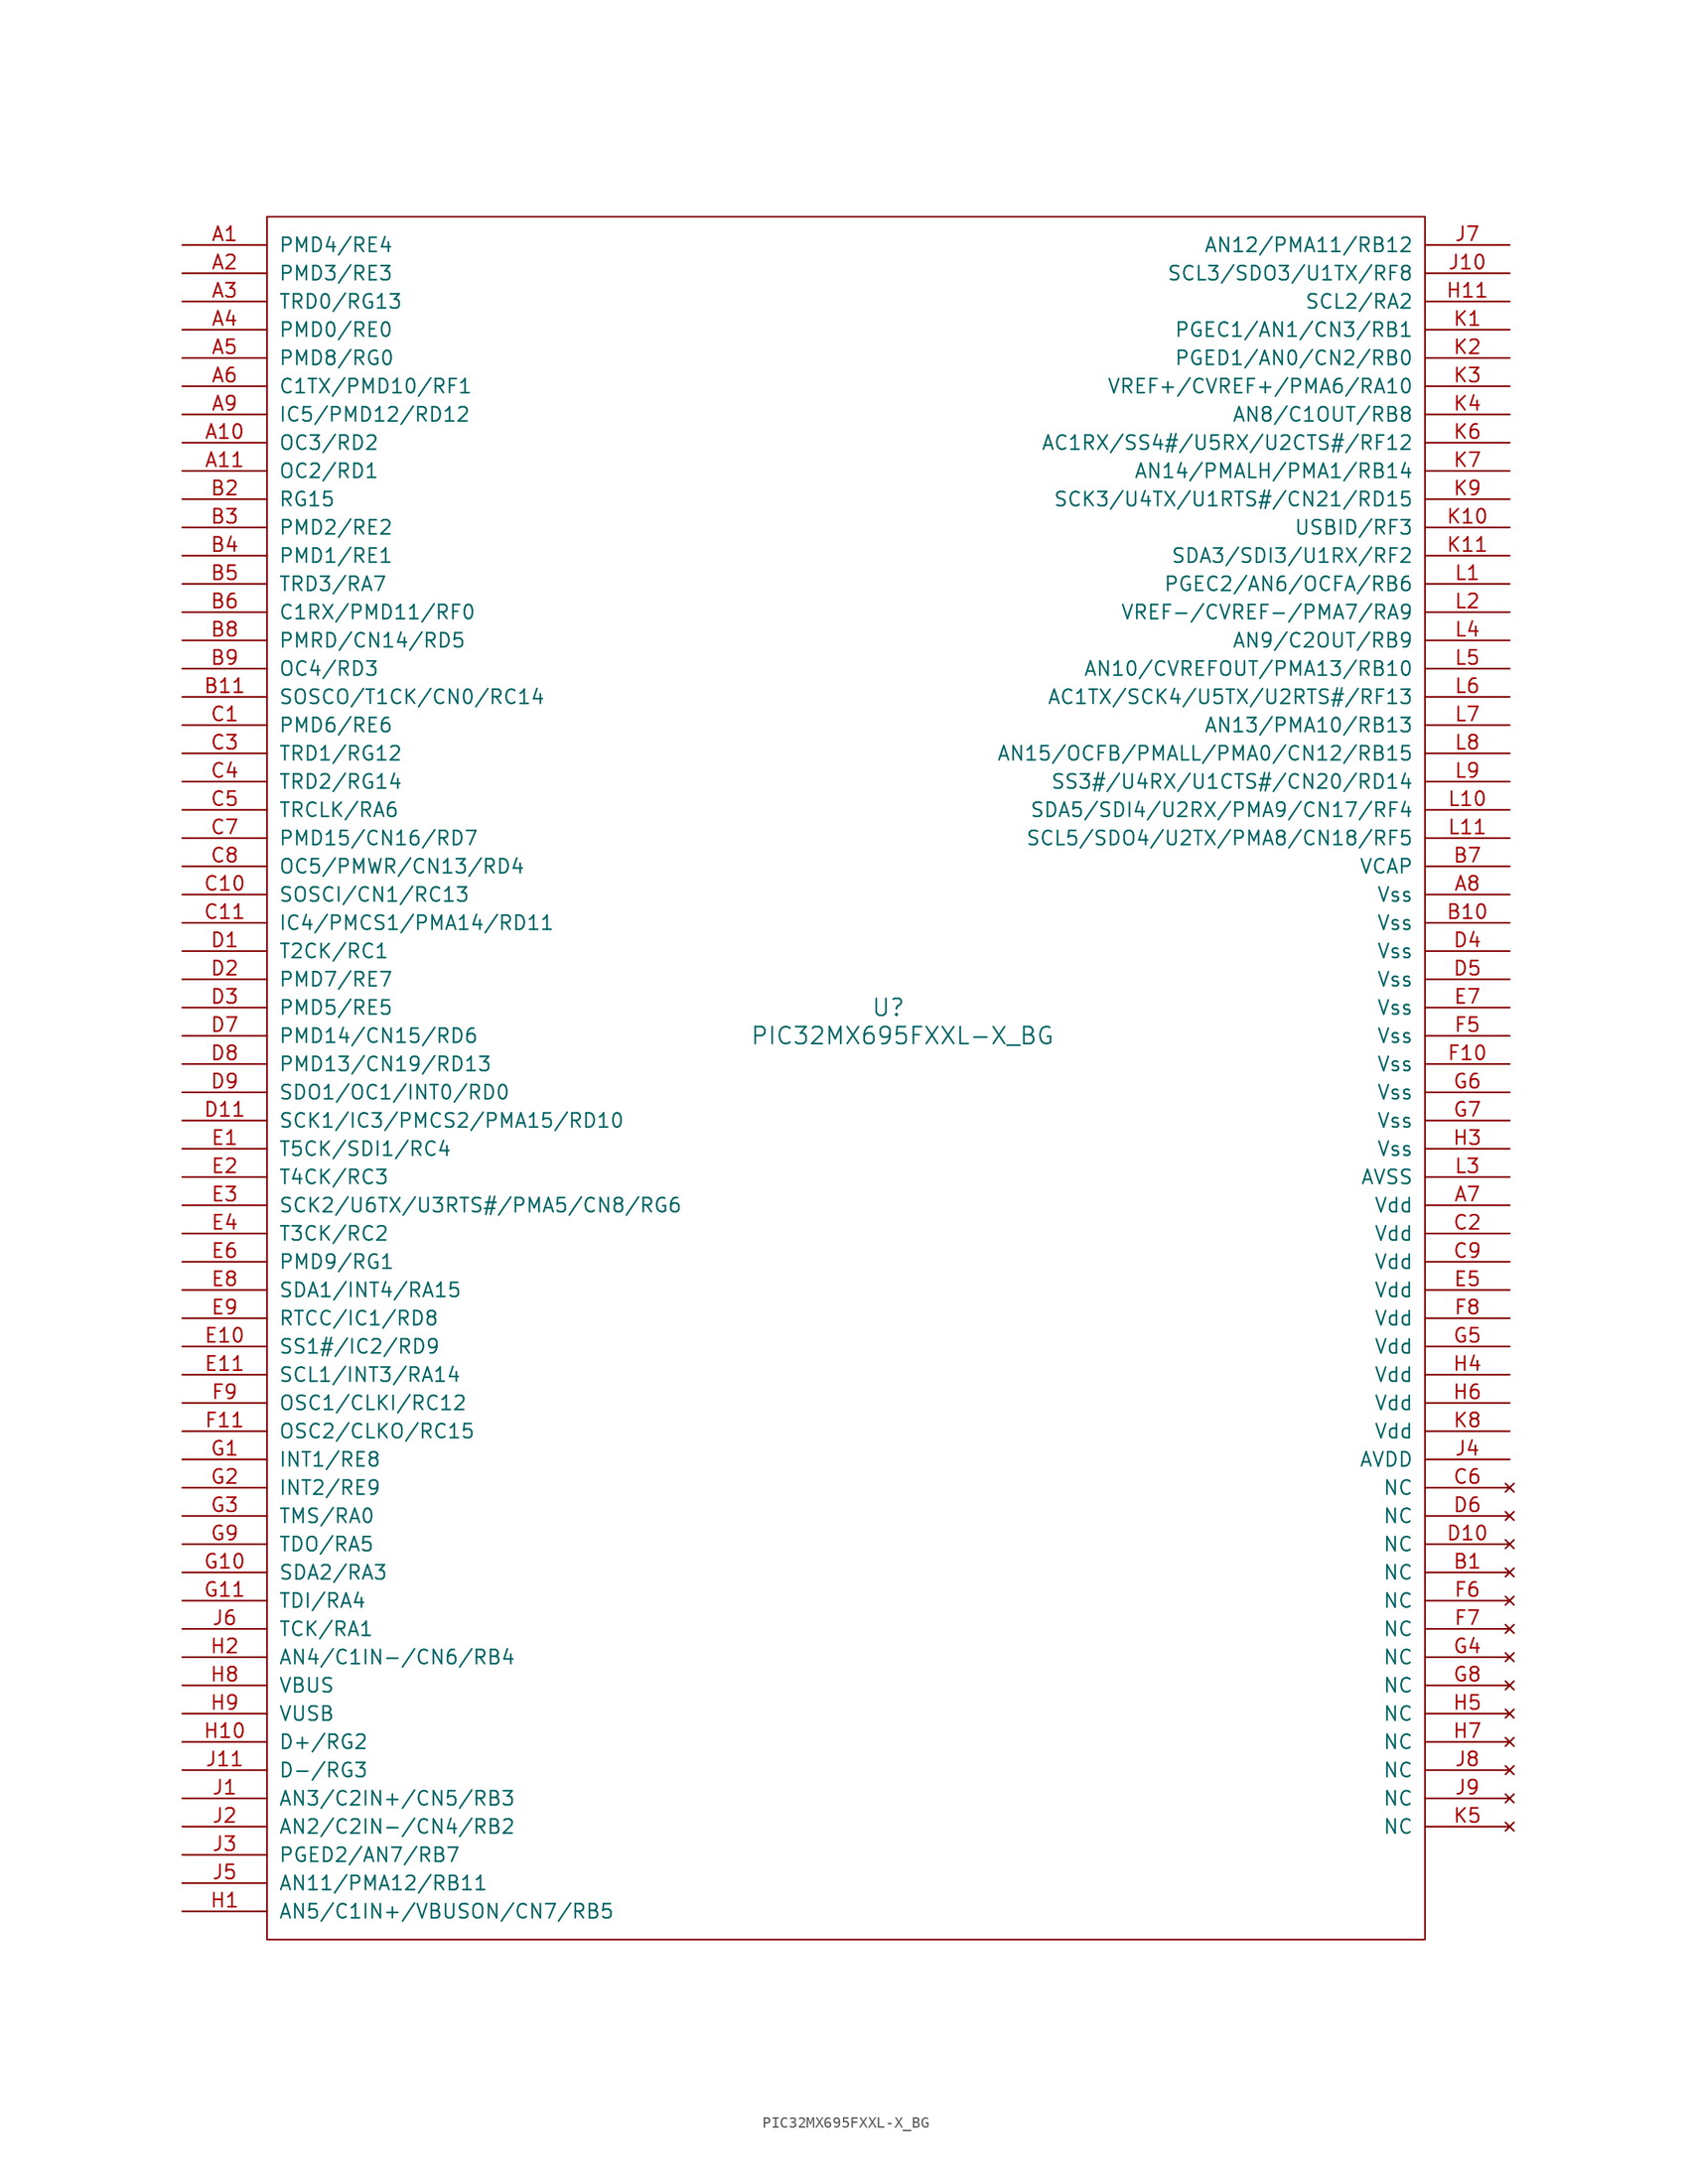
<source format=kicad_sym>
(kicad_symbol_lib
  (version 20211014)
  (generator kicad_symbol_editor)
  (symbol "PIC32MX695FXXL-X_BG"
    (pin_names
      (offset 1.016))
    (property "Reference" "U"
      (at -7.62 7.62 0)
      (effects (font (size 1.524 1.524))))
    (property "Value" "PIC32MX695FXXL-X_BG"
      (at -6.35 5.08 0)
      (effects (font (size 1.524 1.524))))
    (symbol "PIC32MX695FXXL-X_BG_0_1"
      (rectangle (start -63.5 78.74) (end 40.64 -76.2) (stroke (width 0) (type default) (color 0 0 0 0)) (fill (type none))))
    (symbol "PIC32MX695FXXL-X_BG_1_1"
      (pin bidirectional line (at -71.12 76.2 0) (length 7.62) (name "PMD4/RE4" (effects (font (size 1.27 1.27)))) (number "A1" (effects (font (size 1.27 1.27)))))
      (pin bidirectional line (at -71.12 58.42 0) (length 7.62) (name "OC3/RD2" (effects (font (size 1.27 1.27)))) (number "A10" (effects (font (size 1.27 1.27)))))
      (pin bidirectional line (at -71.12 55.88 0) (length 7.62) (name "OC2/RD1" (effects (font (size 1.27 1.27)))) (number "A11" (effects (font (size 1.27 1.27)))))
      (pin bidirectional line (at -71.12 73.66 0) (length 7.62) (name "PMD3/RE3" (effects (font (size 1.27 1.27)))) (number "A2" (effects (font (size 1.27 1.27)))))
      (pin bidirectional line (at -71.12 71.12 0) (length 7.62) (name "TRD0/RG13" (effects (font (size 1.27 1.27)))) (number "A3" (effects (font (size 1.27 1.27)))))
      (pin bidirectional line (at -71.12 68.58 0) (length 7.62) (name "PMD0/RE0" (effects (font (size 1.27 1.27)))) (number "A4" (effects (font (size 1.27 1.27)))))
      (pin bidirectional line (at -71.12 66.04 0) (length 7.62) (name "PMD8/RG0" (effects (font (size 1.27 1.27)))) (number "A5" (effects (font (size 1.27 1.27)))))
      (pin bidirectional line (at -71.12 63.5 0) (length 7.62) (name "C1TX/PMD10/RF1" (effects (font (size 1.27 1.27)))) (number "A6" (effects (font (size 1.27 1.27)))))
      (pin power_in line (at 48.26 -10.16 180) (length 7.62) (name "Vdd" (effects (font (size 1.27 1.27)))) (number "A7" (effects (font (size 1.27 1.27)))))
      (pin power_in line (at 48.26 17.78 180) (length 7.62) (name "Vss" (effects (font (size 1.27 1.27)))) (number "A8" (effects (font (size 1.27 1.27)))))
      (pin bidirectional line (at -71.12 60.96 0) (length 7.62) (name "IC5/PMD12/RD12" (effects (font (size 1.27 1.27)))) (number "A9" (effects (font (size 1.27 1.27)))))
      (pin no_connect line (at 48.26 -43.18 180) (length 7.62) (name "NC" (effects (font (size 1.27 1.27)))) (number "B1" (effects (font (size 1.27 1.27)))))
      (pin power_in line (at 48.26 15.24 180) (length 7.62) (name "Vss" (effects (font (size 1.27 1.27)))) (number "B10" (effects (font (size 1.27 1.27)))))
      (pin bidirectional line (at -71.12 35.56 0) (length 7.62) (name "SOSCO/T1CK/CN0/RC14" (effects (font (size 1.27 1.27)))) (number "B11" (effects (font (size 1.27 1.27)))))
      (pin bidirectional line (at -71.12 53.34 0) (length 7.62) (name "RG15" (effects (font (size 1.27 1.27)))) (number "B2" (effects (font (size 1.27 1.27)))))
      (pin bidirectional line (at -71.12 50.8 0) (length 7.62) (name "PMD2/RE2" (effects (font (size 1.27 1.27)))) (number "B3" (effects (font (size 1.27 1.27)))))
      (pin bidirectional line (at -71.12 48.26 0) (length 7.62) (name "PMD1/RE1" (effects (font (size 1.27 1.27)))) (number "B4" (effects (font (size 1.27 1.27)))))
      (pin bidirectional line (at -71.12 45.72 0) (length 7.62) (name "TRD3/RA7" (effects (font (size 1.27 1.27)))) (number "B5" (effects (font (size 1.27 1.27)))))
      (pin bidirectional line (at -71.12 43.18 0) (length 7.62) (name "C1RX/PMD11/RF0" (effects (font (size 1.27 1.27)))) (number "B6" (effects (font (size 1.27 1.27)))))
      (pin power_out line (at 48.26 20.32 180) (length 7.62) (name "VCAP" (effects (font (size 1.27 1.27)))) (number "B7" (effects (font (size 1.27 1.27)))))
      (pin bidirectional line (at -71.12 40.64 0) (length 7.62) (name "PMRD/CN14/RD5" (effects (font (size 1.27 1.27)))) (number "B8" (effects (font (size 1.27 1.27)))))
      (pin bidirectional line (at -71.12 38.1 0) (length 7.62) (name "OC4/RD3" (effects (font (size 1.27 1.27)))) (number "B9" (effects (font (size 1.27 1.27)))))
      (pin bidirectional line (at -71.12 33.02 0) (length 7.62) (name "PMD6/RE6" (effects (font (size 1.27 1.27)))) (number "C1" (effects (font (size 1.27 1.27)))))
      (pin bidirectional line (at -71.12 17.78 0) (length 7.62) (name "SOSCI/CN1/RC13" (effects (font (size 1.27 1.27)))) (number "C10" (effects (font (size 1.27 1.27)))))
      (pin bidirectional line (at -71.12 15.24 0) (length 7.62) (name "IC4/PMCS1/PMA14/RD11" (effects (font (size 1.27 1.27)))) (number "C11" (effects (font (size 1.27 1.27)))))
      (pin power_in line (at 48.26 -12.7 180) (length 7.62) (name "Vdd" (effects (font (size 1.27 1.27)))) (number "C2" (effects (font (size 1.27 1.27)))))
      (pin bidirectional line (at -71.12 30.48 0) (length 7.62) (name "TRD1/RG12" (effects (font (size 1.27 1.27)))) (number "C3" (effects (font (size 1.27 1.27)))))
      (pin bidirectional line (at -71.12 27.94 0) (length 7.62) (name "TRD2/RG14" (effects (font (size 1.27 1.27)))) (number "C4" (effects (font (size 1.27 1.27)))))
      (pin bidirectional line (at -71.12 25.4 0) (length 7.62) (name "TRCLK/RA6" (effects (font (size 1.27 1.27)))) (number "C5" (effects (font (size 1.27 1.27)))))
      (pin no_connect line (at 48.26 -35.56 180) (length 7.62) (name "NC" (effects (font (size 1.27 1.27)))) (number "C6" (effects (font (size 1.27 1.27)))))
      (pin bidirectional line (at -71.12 22.86 0) (length 7.62) (name "PMD15/CN16/RD7" (effects (font (size 1.27 1.27)))) (number "C7" (effects (font (size 1.27 1.27)))))
      (pin bidirectional line (at -71.12 20.32 0) (length 7.62) (name "OC5/PMWR/CN13/RD4" (effects (font (size 1.27 1.27)))) (number "C8" (effects (font (size 1.27 1.27)))))
      (pin power_in line (at 48.26 -15.24 180) (length 7.62) (name "Vdd" (effects (font (size 1.27 1.27)))) (number "C9" (effects (font (size 1.27 1.27)))))
      (pin bidirectional line (at -71.12 12.7 0) (length 7.62) (name "T2CK/RC1" (effects (font (size 1.27 1.27)))) (number "D1" (effects (font (size 1.27 1.27)))))
      (pin no_connect line (at 48.26 -40.64 180) (length 7.62) (name "NC" (effects (font (size 1.27 1.27)))) (number "D10" (effects (font (size 1.27 1.27)))))
      (pin bidirectional line (at -71.12 -2.54 0) (length 7.62) (name "SCK1/IC3/PMCS2/PMA15/RD10" (effects (font (size 1.27 1.27)))) (number "D11" (effects (font (size 1.27 1.27)))))
      (pin bidirectional line (at -71.12 10.16 0) (length 7.62) (name "PMD7/RE7" (effects (font (size 1.27 1.27)))) (number "D2" (effects (font (size 1.27 1.27)))))
      (pin bidirectional line (at -71.12 7.62 0) (length 7.62) (name "PMD5/RE5" (effects (font (size 1.27 1.27)))) (number "D3" (effects (font (size 1.27 1.27)))))
      (pin power_in line (at 48.26 12.7 180) (length 7.62) (name "Vss" (effects (font (size 1.27 1.27)))) (number "D4" (effects (font (size 1.27 1.27)))))
      (pin power_in line (at 48.26 10.16 180) (length 7.62) (name "Vss" (effects (font (size 1.27 1.27)))) (number "D5" (effects (font (size 1.27 1.27)))))
      (pin no_connect line (at 48.26 -38.1 180) (length 7.62) (name "NC" (effects (font (size 1.27 1.27)))) (number "D6" (effects (font (size 1.27 1.27)))))
      (pin bidirectional line (at -71.12 5.08 0) (length 7.62) (name "PMD14/CN15/RD6" (effects (font (size 1.27 1.27)))) (number "D7" (effects (font (size 1.27 1.27)))))
      (pin bidirectional line (at -71.12 2.54 0) (length 7.62) (name "PMD13/CN19/RD13" (effects (font (size 1.27 1.27)))) (number "D8" (effects (font (size 1.27 1.27)))))
      (pin bidirectional line (at -71.12 0 0) (length 7.62) (name "SDO1/OC1/INT0/RD0" (effects (font (size 1.27 1.27)))) (number "D9" (effects (font (size 1.27 1.27)))))
      (pin bidirectional line (at -71.12 -5.08 0) (length 7.62) (name "T5CK/SDI1/RC4" (effects (font (size 1.27 1.27)))) (number "E1" (effects (font (size 1.27 1.27)))))
      (pin bidirectional line (at -71.12 -22.86 0) (length 7.62) (name "SS1#/IC2/RD9" (effects (font (size 1.27 1.27)))) (number "E10" (effects (font (size 1.27 1.27)))))
      (pin bidirectional line (at -71.12 -25.4 0) (length 7.62) (name "SCL1/INT3/RA14" (effects (font (size 1.27 1.27)))) (number "E11" (effects (font (size 1.27 1.27)))))
      (pin bidirectional line (at -71.12 -7.62 0) (length 7.62) (name "T4CK/RC3" (effects (font (size 1.27 1.27)))) (number "E2" (effects (font (size 1.27 1.27)))))
      (pin bidirectional line (at -71.12 -10.16 0) (length 7.62) (name "SCK2/U6TX/U3RTS#/PMA5/CN8/RG6" (effects (font (size 1.27 1.27)))) (number "E3" (effects (font (size 1.27 1.27)))))
      (pin bidirectional line (at -71.12 -12.7 0) (length 7.62) (name "T3CK/RC2" (effects (font (size 1.27 1.27)))) (number "E4" (effects (font (size 1.27 1.27)))))
      (pin power_in line (at 48.26 -17.78 180) (length 7.62) (name "Vdd" (effects (font (size 1.27 1.27)))) (number "E5" (effects (font (size 1.27 1.27)))))
      (pin bidirectional line (at -71.12 -15.24 0) (length 7.62) (name "PMD9/RG1" (effects (font (size 1.27 1.27)))) (number "E6" (effects (font (size 1.27 1.27)))))
      (pin power_in line (at 48.26 7.62 180) (length 7.62) (name "Vss" (effects (font (size 1.27 1.27)))) (number "E7" (effects (font (size 1.27 1.27)))))
      (pin bidirectional line (at -71.12 -17.78 0) (length 7.62) (name "SDA1/INT4/RA15" (effects (font (size 1.27 1.27)))) (number "E8" (effects (font (size 1.27 1.27)))))
      (pin bidirectional line (at -71.12 -20.32 0) (length 7.62) (name "RTCC/IC1/RD8" (effects (font (size 1.27 1.27)))) (number "E9" (effects (font (size 1.27 1.27)))))
      (pin power_in line (at 48.26 2.54 180) (length 7.62) (name "Vss" (effects (font (size 1.27 1.27)))) (number "F10" (effects (font (size 1.27 1.27)))))
      (pin bidirectional line (at -71.12 -30.48 0) (length 7.62) (name "OSC2/CLKO/RC15" (effects (font (size 1.27 1.27)))) (number "F11" (effects (font (size 1.27 1.27)))))
      (pin power_in line (at 48.26 5.08 180) (length 7.62) (name "Vss" (effects (font (size 1.27 1.27)))) (number "F5" (effects (font (size 1.27 1.27)))))
      (pin no_connect line (at 48.26 -45.72 180) (length 7.62) (name "NC" (effects (font (size 1.27 1.27)))) (number "F6" (effects (font (size 1.27 1.27)))))
      (pin no_connect line (at 48.26 -48.26 180) (length 7.62) (name "NC" (effects (font (size 1.27 1.27)))) (number "F7" (effects (font (size 1.27 1.27)))))
      (pin power_in line (at 48.26 -20.32 180) (length 7.62) (name "Vdd" (effects (font (size 1.27 1.27)))) (number "F8" (effects (font (size 1.27 1.27)))))
      (pin bidirectional line (at -71.12 -27.94 0) (length 7.62) (name "OSC1/CLKI/RC12" (effects (font (size 1.27 1.27)))) (number "F9" (effects (font (size 1.27 1.27)))))
      (pin bidirectional line (at -71.12 -33.02 0) (length 7.62) (name "INT1/RE8" (effects (font (size 1.27 1.27)))) (number "G1" (effects (font (size 1.27 1.27)))))
      (pin bidirectional line (at -71.12 -43.18 0) (length 7.62) (name "SDA2/RA3" (effects (font (size 1.27 1.27)))) (number "G10" (effects (font (size 1.27 1.27)))))
      (pin bidirectional line (at -71.12 -45.72 0) (length 7.62) (name "TDI/RA4" (effects (font (size 1.27 1.27)))) (number "G11" (effects (font (size 1.27 1.27)))))
      (pin bidirectional line (at -71.12 -35.56 0) (length 7.62) (name "INT2/RE9" (effects (font (size 1.27 1.27)))) (number "G2" (effects (font (size 1.27 1.27)))))
      (pin bidirectional line (at -71.12 -38.1 0) (length 7.62) (name "TMS/RA0" (effects (font (size 1.27 1.27)))) (number "G3" (effects (font (size 1.27 1.27)))))
      (pin no_connect line (at 48.26 -50.8 180) (length 7.62) (name "NC" (effects (font (size 1.27 1.27)))) (number "G4" (effects (font (size 1.27 1.27)))))
      (pin power_in line (at 48.26 -22.86 180) (length 7.62) (name "Vdd" (effects (font (size 1.27 1.27)))) (number "G5" (effects (font (size 1.27 1.27)))))
      (pin power_in line (at 48.26 0 180) (length 7.62) (name "Vss" (effects (font (size 1.27 1.27)))) (number "G6" (effects (font (size 1.27 1.27)))))
      (pin power_in line (at 48.26 -2.54 180) (length 7.62) (name "Vss" (effects (font (size 1.27 1.27)))) (number "G7" (effects (font (size 1.27 1.27)))))
      (pin no_connect line (at 48.26 -53.34 180) (length 7.62) (name "NC" (effects (font (size 1.27 1.27)))) (number "G8" (effects (font (size 1.27 1.27)))))
      (pin bidirectional line (at -71.12 -40.64 0) (length 7.62) (name "TDO/RA5" (effects (font (size 1.27 1.27)))) (number "G9" (effects (font (size 1.27 1.27)))))
      (pin bidirectional line (at -71.12 -73.66 0) (length 7.62) (name "AN5/C1IN+/VBUSON/CN7/RB5" (effects (font (size 1.27 1.27)))) (number "H1" (effects (font (size 1.27 1.27)))))
      (pin bidirectional line (at -71.12 -58.42 0) (length 7.62) (name "D+/RG2" (effects (font (size 1.27 1.27)))) (number "H10" (effects (font (size 1.27 1.27)))))
      (pin bidirectional line (at 48.26 71.12 180) (length 7.62) (name "SCL2/RA2" (effects (font (size 1.27 1.27)))) (number "H11" (effects (font (size 1.27 1.27)))))
      (pin bidirectional line (at -71.12 -50.8 0) (length 7.62) (name "AN4/C1IN-/CN6/RB4" (effects (font (size 1.27 1.27)))) (number "H2" (effects (font (size 1.27 1.27)))))
      (pin power_in line (at 48.26 -5.08 180) (length 7.62) (name "Vss" (effects (font (size 1.27 1.27)))) (number "H3" (effects (font (size 1.27 1.27)))))
      (pin power_in line (at 48.26 -25.4 180) (length 7.62) (name "Vdd" (effects (font (size 1.27 1.27)))) (number "H4" (effects (font (size 1.27 1.27)))))
      (pin no_connect line (at 48.26 -55.88 180) (length 7.62) (name "NC" (effects (font (size 1.27 1.27)))) (number "H5" (effects (font (size 1.27 1.27)))))
      (pin power_in line (at 48.26 -27.94 180) (length 7.62) (name "Vdd" (effects (font (size 1.27 1.27)))) (number "H6" (effects (font (size 1.27 1.27)))))
      (pin no_connect line (at 48.26 -58.42 180) (length 7.62) (name "NC" (effects (font (size 1.27 1.27)))) (number "H7" (effects (font (size 1.27 1.27)))))
      (pin input line (at -71.12 -53.34 0) (length 7.62) (name "VBUS" (effects (font (size 1.27 1.27)))) (number "H8" (effects (font (size 1.27 1.27)))))
      (pin input line (at -71.12 -55.88 0) (length 7.62) (name "VUSB" (effects (font (size 1.27 1.27)))) (number "H9" (effects (font (size 1.27 1.27)))))
      (pin bidirectional line (at -71.12 -63.5 0) (length 7.62) (name "AN3/C2IN+/CN5/RB3" (effects (font (size 1.27 1.27)))) (number "J1" (effects (font (size 1.27 1.27)))))
      (pin bidirectional line (at 48.26 73.66 180) (length 7.62) (name "SCL3/SDO3/U1TX/RF8" (effects (font (size 1.27 1.27)))) (number "J10" (effects (font (size 1.27 1.27)))))
      (pin bidirectional line (at -71.12 -60.96 0) (length 7.62) (name "D-/RG3" (effects (font (size 1.27 1.27)))) (number "J11" (effects (font (size 1.27 1.27)))))
      (pin bidirectional line (at -71.12 -66.04 0) (length 7.62) (name "AN2/C2IN-/CN4/RB2" (effects (font (size 1.27 1.27)))) (number "J2" (effects (font (size 1.27 1.27)))))
      (pin bidirectional line (at -71.12 -68.58 0) (length 7.62) (name "PGED2/AN7/RB7" (effects (font (size 1.27 1.27)))) (number "J3" (effects (font (size 1.27 1.27)))))
      (pin power_in line (at 48.26 -33.02 180) (length 7.62) (name "AVDD" (effects (font (size 1.27 1.27)))) (number "J4" (effects (font (size 1.27 1.27)))))
      (pin bidirectional line (at -71.12 -71.12 0) (length 7.62) (name "AN11/PMA12/RB11" (effects (font (size 1.27 1.27)))) (number "J5" (effects (font (size 1.27 1.27)))))
      (pin bidirectional line (at -71.12 -48.26 0) (length 7.62) (name "TCK/RA1" (effects (font (size 1.27 1.27)))) (number "J6" (effects (font (size 1.27 1.27)))))
      (pin bidirectional line (at 48.26 76.2 180) (length 7.62) (name "AN12/PMA11/RB12" (effects (font (size 1.27 1.27)))) (number "J7" (effects (font (size 1.27 1.27)))))
      (pin no_connect line (at 48.26 -60.96 180) (length 7.62) (name "NC" (effects (font (size 1.27 1.27)))) (number "J8" (effects (font (size 1.27 1.27)))))
      (pin no_connect line (at 48.26 -63.5 180) (length 7.62) (name "NC" (effects (font (size 1.27 1.27)))) (number "J9" (effects (font (size 1.27 1.27)))))
      (pin bidirectional line (at 48.26 68.58 180) (length 7.62) (name "PGEC1/AN1/CN3/RB1" (effects (font (size 1.27 1.27)))) (number "K1" (effects (font (size 1.27 1.27)))))
      (pin bidirectional line (at 48.26 50.8 180) (length 7.62) (name "USBID/RF3" (effects (font (size 1.27 1.27)))) (number "K10" (effects (font (size 1.27 1.27)))))
      (pin bidirectional line (at 48.26 48.26 180) (length 7.62) (name "SDA3/SDI3/U1RX/RF2" (effects (font (size 1.27 1.27)))) (number "K11" (effects (font (size 1.27 1.27)))))
      (pin bidirectional line (at 48.26 66.04 180) (length 7.62) (name "PGED1/AN0/CN2/RB0" (effects (font (size 1.27 1.27)))) (number "K2" (effects (font (size 1.27 1.27)))))
      (pin bidirectional line (at 48.26 63.5 180) (length 7.62) (name "VREF+/CVREF+/PMA6/RA10" (effects (font (size 1.27 1.27)))) (number "K3" (effects (font (size 1.27 1.27)))))
      (pin bidirectional line (at 48.26 60.96 180) (length 7.62) (name "AN8/C1OUT/RB8" (effects (font (size 1.27 1.27)))) (number "K4" (effects (font (size 1.27 1.27)))))
      (pin no_connect line (at 48.26 -66.04 180) (length 7.62) (name "NC" (effects (font (size 1.27 1.27)))) (number "K5" (effects (font (size 1.27 1.27)))))
      (pin bidirectional line (at 48.26 58.42 180) (length 7.62) (name "AC1RX/SS4#/U5RX/U2CTS#/RF12" (effects (font (size 1.27 1.27)))) (number "K6" (effects (font (size 1.27 1.27)))))
      (pin bidirectional line (at 48.26 55.88 180) (length 7.62) (name "AN14/PMALH/PMA1/RB14" (effects (font (size 1.27 1.27)))) (number "K7" (effects (font (size 1.27 1.27)))))
      (pin power_in line (at 48.26 -30.48 180) (length 7.62) (name "Vdd" (effects (font (size 1.27 1.27)))) (number "K8" (effects (font (size 1.27 1.27)))))
      (pin bidirectional line (at 48.26 53.34 180) (length 7.62) (name "SCK3/U4TX/U1RTS#/CN21/RD15" (effects (font (size 1.27 1.27)))) (number "K9" (effects (font (size 1.27 1.27)))))
      (pin bidirectional line (at 48.26 45.72 180) (length 7.62) (name "PGEC2/AN6/OCFA/RB6" (effects (font (size 1.27 1.27)))) (number "L1" (effects (font (size 1.27 1.27)))))
      (pin bidirectional line (at 48.26 25.4 180) (length 7.62) (name "SDA5/SDI4/U2RX/PMA9/CN17/RF4" (effects (font (size 1.27 1.27)))) (number "L10" (effects (font (size 1.27 1.27)))))
      (pin bidirectional line (at 48.26 22.86 180) (length 7.62) (name "SCL5/SDO4/U2TX/PMA8/CN18/RF5" (effects (font (size 1.27 1.27)))) (number "L11" (effects (font (size 1.27 1.27)))))
      (pin bidirectional line (at 48.26 43.18 180) (length 7.62) (name "VREF-/CVREF-/PMA7/RA9" (effects (font (size 1.27 1.27)))) (number "L2" (effects (font (size 1.27 1.27)))))
      (pin power_in line (at 48.26 -7.62 180) (length 7.62) (name "AVSS" (effects (font (size 1.27 1.27)))) (number "L3" (effects (font (size 1.27 1.27)))))
      (pin bidirectional line (at 48.26 40.64 180) (length 7.62) (name "AN9/C2OUT/RB9" (effects (font (size 1.27 1.27)))) (number "L4" (effects (font (size 1.27 1.27)))))
      (pin bidirectional line (at 48.26 38.1 180) (length 7.62) (name "AN10/CVREFOUT/PMA13/RB10" (effects (font (size 1.27 1.27)))) (number "L5" (effects (font (size 1.27 1.27)))))
      (pin bidirectional line (at 48.26 35.56 180) (length 7.62) (name "AC1TX/SCK4/U5TX/U2RTS#/RF13" (effects (font (size 1.27 1.27)))) (number "L6" (effects (font (size 1.27 1.27)))))
      (pin bidirectional line (at 48.26 33.02 180) (length 7.62) (name "AN13/PMA10/RB13" (effects (font (size 1.27 1.27)))) (number "L7" (effects (font (size 1.27 1.27)))))
      (pin bidirectional line (at 48.26 30.48 180) (length 7.62) (name "AN15/OCFB/PMALL/PMA0/CN12/RB15" (effects (font (size 1.27 1.27)))) (number "L8" (effects (font (size 1.27 1.27)))))
      (pin bidirectional line (at 48.26 27.94 180) (length 7.62) (name "SS3#/U4RX/U1CTS#/CN20/RD14" (effects (font (size 1.27 1.27)))) (number "L9" (effects (font (size 1.27 1.27))))))))
</source>
